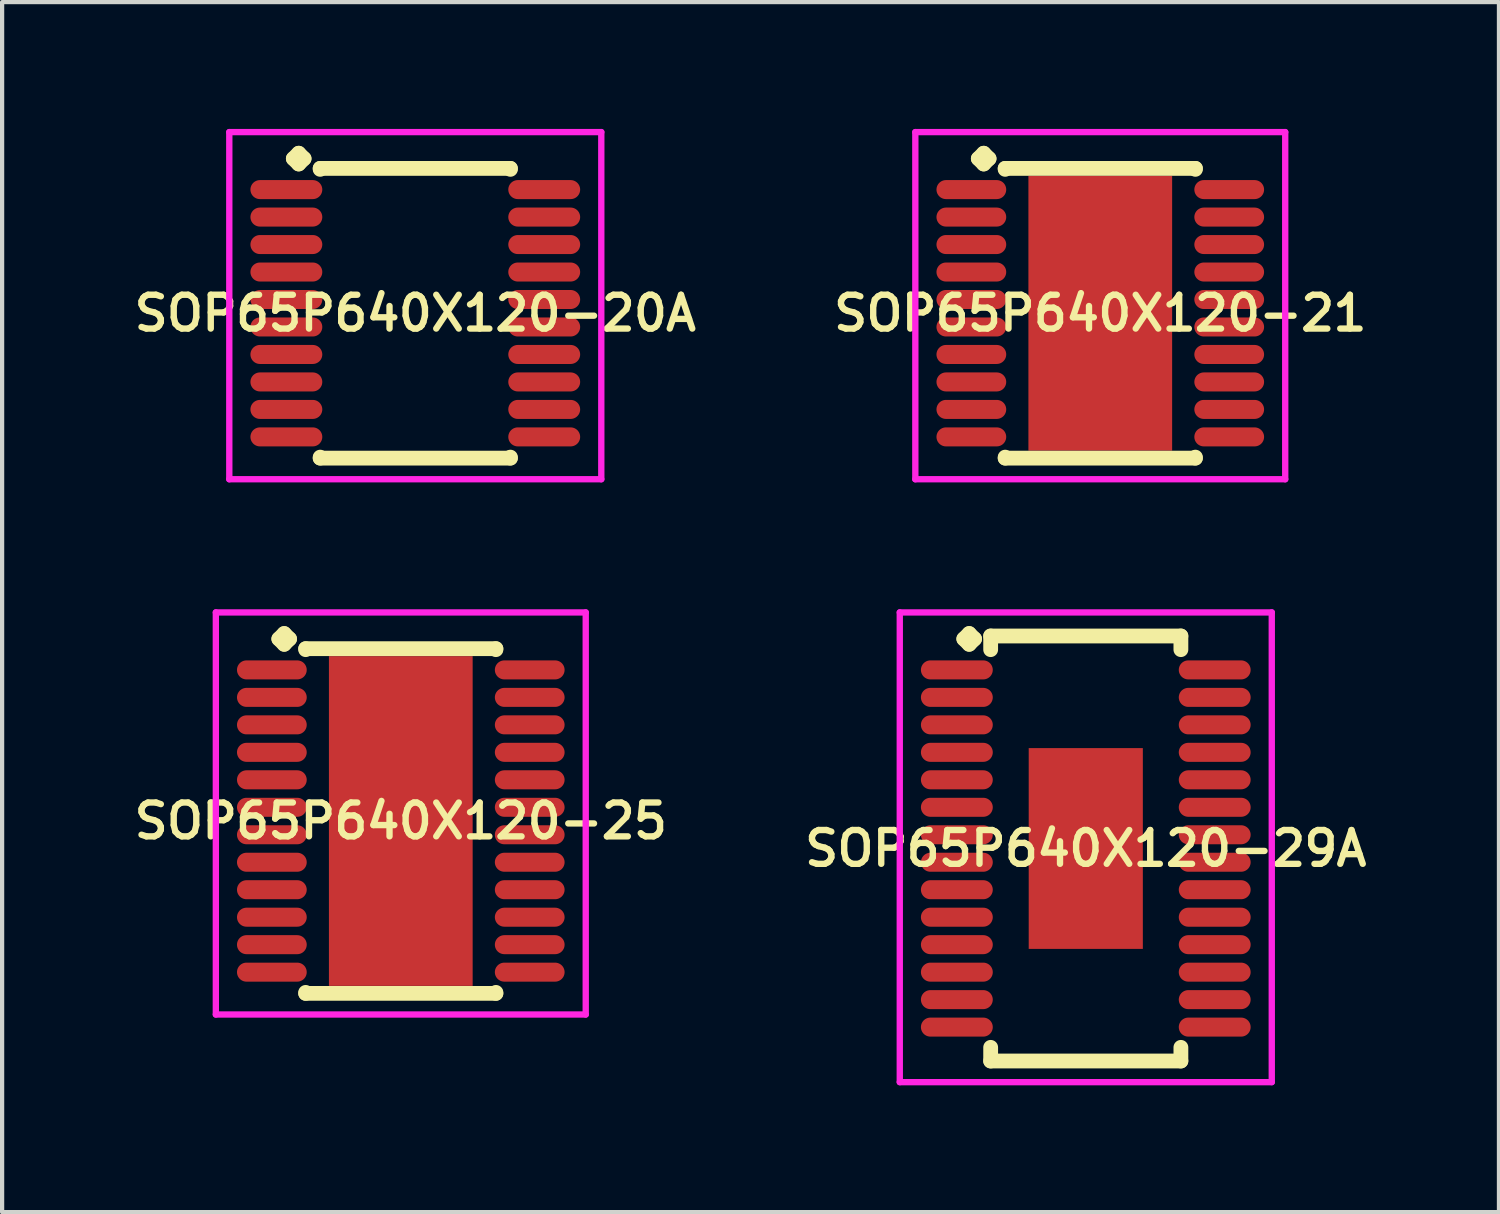
<source format=kicad_pcb>
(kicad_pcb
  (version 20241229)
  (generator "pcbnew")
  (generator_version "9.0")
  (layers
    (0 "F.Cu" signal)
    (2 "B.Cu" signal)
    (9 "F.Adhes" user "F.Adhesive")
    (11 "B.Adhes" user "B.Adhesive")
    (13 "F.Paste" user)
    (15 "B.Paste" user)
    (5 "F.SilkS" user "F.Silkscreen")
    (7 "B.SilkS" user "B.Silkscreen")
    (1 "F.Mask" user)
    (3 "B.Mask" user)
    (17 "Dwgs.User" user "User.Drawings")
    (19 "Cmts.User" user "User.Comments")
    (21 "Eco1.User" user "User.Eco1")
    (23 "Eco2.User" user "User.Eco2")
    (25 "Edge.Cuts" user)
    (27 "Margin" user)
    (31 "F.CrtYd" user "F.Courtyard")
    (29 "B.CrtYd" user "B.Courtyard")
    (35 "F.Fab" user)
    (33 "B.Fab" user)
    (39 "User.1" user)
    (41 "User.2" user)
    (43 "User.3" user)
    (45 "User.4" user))
  (footprint "SOP65P640X120-25"
    (layer "F.Cu")
    (at 6.431 16.372)
    (property "Reference" "SOP65P640X120-25" (at 0 0 0) (layer "F.SilkS") (effects (font (size 0.8 0.8) (thickness 0.15))))
    (attr smd)
    (fp_line (start -2.885 -4.308) (end -2.758 -4.435) (stroke (width 0.35) (type solid)) (layer "F.SilkS"))
    (fp_line (start -2.758 -4.435) (end -2.631 -4.308) (stroke (width 0.35) (type solid)) (layer "F.SilkS"))
    (fp_line (start -2.758 -4.181) (end -2.885 -4.308) (stroke (width 0.35) (type solid)) (layer "F.SilkS"))
    (fp_line (start -2.631 -4.308) (end -2.758 -4.181) (stroke (width 0.35) (type solid)) (layer "F.SilkS"))
    (fp_line (start -2.25 -4.077) (end 2.25 -4.077) (stroke (width 0.35) (type solid)) (layer "F.SilkS"))
    (fp_line (start -2.25 -4.054) (end -2.25 -4.077) (stroke (width 0.35) (type solid)) (layer "F.SilkS"))
    (fp_line (start -2.25 4.054) (end -2.25 4.077) (stroke (width 0.35) (type solid)) (layer "F.SilkS"))
    (fp_line (start -2.25 4.077) (end 2.25 4.077) (stroke (width 0.35) (type solid)) (layer "F.SilkS"))
    (fp_line (start 2.25 -4.077) (end 2.25 -4.054) (stroke (width 0.35) (type solid)) (layer "F.SilkS"))
    (fp_line (start 2.25 4.077) (end 2.25 4.054) (stroke (width 0.35) (type solid)) (layer "F.SilkS"))
    (fp_line (start -4.375 -4.935) (end 4.375 -4.935) (stroke (width 0.15) (type solid)) (layer "F.CrtYd"))
    (fp_line (start -4.375 4.577) (end -4.375 -4.935) (stroke (width 0.15) (type solid)) (layer "F.CrtYd"))
    (fp_line (start 4.375 -4.935) (end 4.375 4.577) (stroke (width 0.15) (type solid)) (layer "F.CrtYd"))
    (fp_line (start 4.375 4.577) (end -4.375 4.577) (stroke (width 0.15) (type solid)) (layer "F.CrtYd"))
    (pad "1" smd oval (at -3.05 -3.575) (size 1.65 0.45) (layers "F.Cu" "F.Mask" "F.Paste"))
    (pad "2" smd oval (at -3.05 -2.925) (size 1.65 0.45) (layers "F.Cu" "F.Mask" "F.Paste"))
    (pad "3" smd oval (at -3.05 -2.275) (size 1.65 0.45) (layers "F.Cu" "F.Mask" "F.Paste"))
    (pad "4" smd oval (at -3.05 -1.625) (size 1.65 0.45) (layers "F.Cu" "F.Mask" "F.Paste"))
    (pad "5" smd oval (at -3.05 -0.975) (size 1.65 0.45) (layers "F.Cu" "F.Mask" "F.Paste"))
    (pad "6" smd oval (at -3.05 -0.325) (size 1.65 0.45) (layers "F.Cu" "F.Mask" "F.Paste"))
    (pad "7" smd oval (at -3.05 0.325) (size 1.65 0.45) (layers "F.Cu" "F.Mask" "F.Paste"))
    (pad "8" smd oval (at -3.05 0.975) (size 1.65 0.45) (layers "F.Cu" "F.Mask" "F.Paste"))
    (pad "9" smd oval (at -3.05 1.625) (size 1.65 0.45) (layers "F.Cu" "F.Mask" "F.Paste"))
    (pad "10" smd oval (at -3.05 2.275) (size 1.65 0.45) (layers "F.Cu" "F.Mask" "F.Paste"))
    (pad "11" smd oval (at -3.05 2.925) (size 1.65 0.45) (layers "F.Cu" "F.Mask" "F.Paste"))
    (pad "12" smd oval (at -3.05 3.575) (size 1.65 0.45) (layers "F.Cu" "F.Mask" "F.Paste"))
    (pad "13" smd oval (at 3.05 3.575) (size 1.65 0.45) (layers "F.Cu" "F.Mask" "F.Paste"))
    (pad "14" smd oval (at 3.05 2.925) (size 1.65 0.45) (layers "F.Cu" "F.Mask" "F.Paste"))
    (pad "15" smd oval (at 3.05 2.275) (size 1.65 0.45) (layers "F.Cu" "F.Mask" "F.Paste"))
    (pad "16" smd oval (at 3.05 1.625) (size 1.65 0.45) (layers "F.Cu" "F.Mask" "F.Paste"))
    (pad "17" smd oval (at 3.05 0.975) (size 1.65 0.45) (layers "F.Cu" "F.Mask" "F.Paste"))
    (pad "18" smd oval (at 3.05 0.325) (size 1.65 0.45) (layers "F.Cu" "F.Mask" "F.Paste"))
    (pad "19" smd oval (at 3.05 -0.325) (size 1.65 0.45) (layers "F.Cu" "F.Mask" "F.Paste"))
    (pad "20" smd oval (at 3.05 -0.975) (size 1.65 0.45) (layers "F.Cu" "F.Mask" "F.Paste"))
    (pad "21" smd oval (at 3.05 -1.625) (size 1.65 0.45) (layers "F.Cu" "F.Mask" "F.Paste"))
    (pad "22" smd oval (at 3.05 -2.275) (size 1.65 0.45) (layers "F.Cu" "F.Mask" "F.Paste"))
    (pad "23" smd oval (at 3.05 -2.925) (size 1.65 0.45) (layers "F.Cu" "F.Mask" "F.Paste"))
    (pad "24" smd oval (at 3.05 -3.575) (size 1.65 0.45) (layers "F.Cu" "F.Mask" "F.Paste"))
    (pad "25" smd rect (at 0 0) (size 3.4 7.8) (layers "F.Cu" "F.Mask" "F.Paste")))
  (footprint "SOP65P640X120-20A"
    (layer "F.Cu")
    (at 6.774 4.36)
    (property "Reference" "SOP65P640X120-20A" (at 0 0 0) (layer "F.SilkS") (effects (font (size 0.8 0.8) (thickness 0.15))))
    (attr smd)
    (fp_line (start -2.885 -3.658) (end -2.758 -3.785) (stroke (width 0.35) (type solid)) (layer "F.SilkS"))
    (fp_line (start -2.758 -3.785) (end -2.631 -3.658) (stroke (width 0.35) (type solid)) (layer "F.SilkS"))
    (fp_line (start -2.758 -3.531) (end -2.885 -3.658) (stroke (width 0.35) (type solid)) (layer "F.SilkS"))
    (fp_line (start -2.631 -3.658) (end -2.758 -3.531) (stroke (width 0.35) (type solid)) (layer "F.SilkS"))
    (fp_line (start -2.25 -3.427) (end 2.25 -3.427) (stroke (width 0.35) (type solid)) (layer "F.SilkS"))
    (fp_line (start -2.25 -3.404) (end -2.25 -3.427) (stroke (width 0.35) (type solid)) (layer "F.SilkS"))
    (fp_line (start -2.25 3.404) (end -2.25 3.427) (stroke (width 0.35) (type solid)) (layer "F.SilkS"))
    (fp_line (start -2.25 3.427) (end 2.25 3.427) (stroke (width 0.35) (type solid)) (layer "F.SilkS"))
    (fp_line (start 2.25 -3.427) (end 2.25 -3.404) (stroke (width 0.35) (type solid)) (layer "F.SilkS"))
    (fp_line (start 2.25 3.427) (end 2.25 3.404) (stroke (width 0.35) (type solid)) (layer "F.SilkS"))
    (fp_line (start -4.4 -4.285) (end 4.4 -4.285) (stroke (width 0.15) (type solid)) (layer "F.CrtYd"))
    (fp_line (start -4.4 3.927) (end -4.4 -4.285) (stroke (width 0.15) (type solid)) (layer "F.CrtYd"))
    (fp_line (start 4.4 -4.285) (end 4.4 3.927) (stroke (width 0.15) (type solid)) (layer "F.CrtYd"))
    (fp_line (start 4.4 3.927) (end -4.4 3.927) (stroke (width 0.15) (type solid)) (layer "F.CrtYd"))
    (pad "1" smd oval (at -3.05 -2.925) (size 1.7 0.45) (layers "F.Cu" "F.Mask" "F.Paste"))
    (pad "2" smd oval (at -3.05 -2.275) (size 1.7 0.45) (layers "F.Cu" "F.Mask" "F.Paste"))
    (pad "3" smd oval (at -3.05 -1.625) (size 1.7 0.45) (layers "F.Cu" "F.Mask" "F.Paste"))
    (pad "4" smd oval (at -3.05 -0.975) (size 1.7 0.45) (layers "F.Cu" "F.Mask" "F.Paste"))
    (pad "5" smd oval (at -3.05 -0.325) (size 1.7 0.45) (layers "F.Cu" "F.Mask" "F.Paste"))
    (pad "6" smd oval (at -3.05 0.325) (size 1.7 0.45) (layers "F.Cu" "F.Mask" "F.Paste"))
    (pad "7" smd oval (at -3.05 0.975) (size 1.7 0.45) (layers "F.Cu" "F.Mask" "F.Paste"))
    (pad "8" smd oval (at -3.05 1.625) (size 1.7 0.45) (layers "F.Cu" "F.Mask" "F.Paste"))
    (pad "9" smd oval (at -3.05 2.275) (size 1.7 0.45) (layers "F.Cu" "F.Mask" "F.Paste"))
    (pad "10" smd oval (at -3.05 2.925) (size 1.7 0.45) (layers "F.Cu" "F.Mask" "F.Paste"))
    (pad "11" smd oval (at 3.05 2.925) (size 1.7 0.45) (layers "F.Cu" "F.Mask" "F.Paste"))
    (pad "12" smd oval (at 3.05 2.275) (size 1.7 0.45) (layers "F.Cu" "F.Mask" "F.Paste"))
    (pad "13" smd oval (at 3.05 1.625) (size 1.7 0.45) (layers "F.Cu" "F.Mask" "F.Paste"))
    (pad "14" smd oval (at 3.05 0.975) (size 1.7 0.45) (layers "F.Cu" "F.Mask" "F.Paste"))
    (pad "15" smd oval (at 3.05 0.325) (size 1.7 0.45) (layers "F.Cu" "F.Mask" "F.Paste"))
    (pad "16" smd oval (at 3.05 -0.325) (size 1.7 0.45) (layers "F.Cu" "F.Mask" "F.Paste"))
    (pad "17" smd oval (at 3.05 -0.975) (size 1.7 0.45) (layers "F.Cu" "F.Mask" "F.Paste"))
    (pad "18" smd oval (at 3.05 -1.625) (size 1.7 0.45) (layers "F.Cu" "F.Mask" "F.Paste"))
    (pad "19" smd oval (at 3.05 -2.275) (size 1.7 0.45) (layers "F.Cu" "F.Mask" "F.Paste"))
    (pad "20" smd oval (at 3.05 -2.925) (size 1.7 0.45) (layers "F.Cu" "F.Mask" "F.Paste")))
  (footprint "SOP65P640X120-29A"
    (layer "F.Cu")
    (at 22.635 17.022)
    (property "Reference" "SOP65P640X120-29A" (at 0 0 0) (layer "F.SilkS") (effects (font (size 0.8 0.8) (thickness 0.15))))
    (attr through_hole)
    (fp_line (start -2.885 -4.958) (end -2.758 -5.085) (stroke (width 0.35) (type solid)) (layer "F.SilkS"))
    (fp_line (start -2.758 -5.085) (end -2.631 -4.958) (stroke (width 0.35) (type solid)) (layer "F.SilkS"))
    (fp_line (start -2.758 -4.831) (end -2.885 -4.958) (stroke (width 0.35) (type solid)) (layer "F.SilkS"))
    (fp_line (start -2.631 -4.958) (end -2.758 -4.831) (stroke (width 0.35) (type solid)) (layer "F.SilkS"))
    (fp_line (start -2.25 -5.027) (end 2.25 -5.027) (stroke (width 0.35) (type solid)) (layer "F.SilkS"))
    (fp_line (start -2.25 -4.704) (end -2.25 -5.027) (stroke (width 0.35) (type solid)) (layer "F.SilkS"))
    (fp_line (start -2.25 4.704) (end -2.25 5.027) (stroke (width 0.35) (type solid)) (layer "F.SilkS"))
    (fp_line (start -2.25 5.027) (end 2.25 5.027) (stroke (width 0.35) (type solid)) (layer "F.SilkS"))
    (fp_line (start 2.25 -5.027) (end 2.25 -4.704) (stroke (width 0.35) (type solid)) (layer "F.SilkS"))
    (fp_line (start 2.25 5.027) (end 2.25 4.704) (stroke (width 0.35) (type solid)) (layer "F.SilkS"))
    (fp_line (start -4.4 -5.585) (end 4.4 -5.585) (stroke (width 0.15) (type solid)) (layer "F.CrtYd"))
    (fp_line (start -4.4 5.527) (end -4.4 -5.585) (stroke (width 0.15) (type solid)) (layer "F.CrtYd"))
    (fp_line (start 4.4 -5.585) (end 4.4 5.527) (stroke (width 0.15) (type solid)) (layer "F.CrtYd"))
    (fp_line (start 4.4 5.527) (end -4.4 5.527) (stroke (width 0.15) (type solid)) (layer "F.CrtYd"))
    (pad "1" smd oval (at -3.05 -4.225) (size 1.7 0.45) (layers "F.Cu" "F.Mask" "F.Paste"))
    (pad "2" smd oval (at -3.05 -3.575) (size 1.7 0.45) (layers "F.Cu" "F.Mask" "F.Paste"))
    (pad "3" smd oval (at -3.05 -2.925) (size 1.7 0.45) (layers "F.Cu" "F.Mask" "F.Paste"))
    (pad "4" smd oval (at -3.05 -2.275) (size 1.7 0.45) (layers "F.Cu" "F.Mask" "F.Paste"))
    (pad "5" smd oval (at -3.05 -1.625) (size 1.7 0.45) (layers "F.Cu" "F.Mask" "F.Paste"))
    (pad "6" smd oval (at -3.05 -0.975) (size 1.7 0.45) (layers "F.Cu" "F.Mask" "F.Paste"))
    (pad "7" smd oval (at -3.05 -0.325) (size 1.7 0.45) (layers "F.Cu" "F.Mask" "F.Paste"))
    (pad "8" smd oval (at -3.05 0.325) (size 1.7 0.45) (layers "F.Cu" "F.Mask" "F.Paste"))
    (pad "9" smd oval (at -3.05 0.975) (size 1.7 0.45) (layers "F.Cu" "F.Mask" "F.Paste"))
    (pad "10" smd oval (at -3.05 1.625) (size 1.7 0.45) (layers "F.Cu" "F.Mask" "F.Paste"))
    (pad "11" smd oval (at -3.05 2.275) (size 1.7 0.45) (layers "F.Cu" "F.Mask" "F.Paste"))
    (pad "12" smd oval (at -3.05 2.925) (size 1.7 0.45) (layers "F.Cu" "F.Mask" "F.Paste"))
    (pad "13" smd oval (at -3.05 3.575) (size 1.7 0.45) (layers "F.Cu" "F.Mask" "F.Paste"))
    (pad "14" smd oval (at -3.05 4.225) (size 1.7 0.45) (layers "F.Cu" "F.Mask" "F.Paste"))
    (pad "15" smd oval (at 3.05 4.225) (size 1.7 0.45) (layers "F.Cu" "F.Mask" "F.Paste"))
    (pad "16" smd oval (at 3.05 3.575) (size 1.7 0.45) (layers "F.Cu" "F.Mask" "F.Paste"))
    (pad "17" smd oval (at 3.05 2.925) (size 1.7 0.45) (layers "F.Cu" "F.Mask" "F.Paste"))
    (pad "18" smd oval (at 3.05 2.275) (size 1.7 0.45) (layers "F.Cu" "F.Mask" "F.Paste"))
    (pad "19" smd oval (at 3.05 1.625) (size 1.7 0.45) (layers "F.Cu" "F.Mask" "F.Paste"))
    (pad "20" smd oval (at 3.05 0.975) (size 1.7 0.45) (layers "F.Cu" "F.Mask" "F.Paste"))
    (pad "21" smd oval (at 3.05 0.325) (size 1.7 0.45) (layers "F.Cu" "F.Mask" "F.Paste"))
    (pad "22" smd oval (at 3.05 -0.325) (size 1.7 0.45) (layers "F.Cu" "F.Mask" "F.Paste"))
    (pad "23" smd oval (at 3.05 -0.975) (size 1.7 0.45) (layers "F.Cu" "F.Mask" "F.Paste"))
    (pad "24" smd oval (at 3.05 -1.625) (size 1.7 0.45) (layers "F.Cu" "F.Mask" "F.Paste"))
    (pad "25" smd oval (at 3.05 -2.275) (size 1.7 0.45) (layers "F.Cu" "F.Mask" "F.Paste"))
    (pad "26" smd oval (at 3.05 -2.925) (size 1.7 0.45) (layers "F.Cu" "F.Mask" "F.Paste"))
    (pad "27" smd oval (at 3.05 -3.575) (size 1.7 0.45) (layers "F.Cu" "F.Mask" "F.Paste"))
    (pad "28" smd oval (at 3.05 -4.225) (size 1.7 0.45) (layers "F.Cu" "F.Mask" "F.Paste"))
    (pad "29" smd rect (at 0 0) (size 2.7 4.75) (layers "F.Cu" "F.Mask" "F.Paste")))
  (footprint "SOP65P640X120-21"
    (layer "F.Cu")
    (at 22.978 4.36)
    (property "Reference" "SOP65P640X120-21" (at 0 0 0) (layer "F.SilkS") (effects (font (size 0.8 0.8) (thickness 0.15))))
    (attr smd)
    (fp_line (start -2.885 -3.658) (end -2.758 -3.785) (stroke (width 0.35) (type solid)) (layer "F.SilkS"))
    (fp_line (start -2.758 -3.785) (end -2.631 -3.658) (stroke (width 0.35) (type solid)) (layer "F.SilkS"))
    (fp_line (start -2.758 -3.531) (end -2.885 -3.658) (stroke (width 0.35) (type solid)) (layer "F.SilkS"))
    (fp_line (start -2.631 -3.658) (end -2.758 -3.531) (stroke (width 0.35) (type solid)) (layer "F.SilkS"))
    (fp_line (start -2.25 -3.427) (end 2.25 -3.427) (stroke (width 0.35) (type solid)) (layer "F.SilkS"))
    (fp_line (start -2.25 -3.404) (end -2.25 -3.427) (stroke (width 0.35) (type solid)) (layer "F.SilkS"))
    (fp_line (start -2.25 3.404) (end -2.25 3.427) (stroke (width 0.35) (type solid)) (layer "F.SilkS"))
    (fp_line (start -2.25 3.427) (end 2.25 3.427) (stroke (width 0.35) (type solid)) (layer "F.SilkS"))
    (fp_line (start 2.25 -3.427) (end 2.25 -3.404) (stroke (width 0.35) (type solid)) (layer "F.SilkS"))
    (fp_line (start 2.25 3.427) (end 2.25 3.404) (stroke (width 0.35) (type solid)) (layer "F.SilkS"))
    (fp_line (start -4.375 -4.285) (end 4.375 -4.285) (stroke (width 0.15) (type solid)) (layer "F.CrtYd"))
    (fp_line (start -4.375 3.927) (end -4.375 -4.285) (stroke (width 0.15) (type solid)) (layer "F.CrtYd"))
    (fp_line (start 4.375 -4.285) (end 4.375 3.927) (stroke (width 0.15) (type solid)) (layer "F.CrtYd"))
    (fp_line (start 4.375 3.927) (end -4.375 3.927) (stroke (width 0.15) (type solid)) (layer "F.CrtYd"))
    (pad "1" smd oval (at -3.05 -2.925) (size 1.65 0.45) (layers "F.Cu" "F.Mask" "F.Paste"))
    (pad "2" smd oval (at -3.05 -2.275) (size 1.65 0.45) (layers "F.Cu" "F.Mask" "F.Paste"))
    (pad "3" smd oval (at -3.05 -1.625) (size 1.65 0.45) (layers "F.Cu" "F.Mask" "F.Paste"))
    (pad "4" smd oval (at -3.05 -0.975) (size 1.65 0.45) (layers "F.Cu" "F.Mask" "F.Paste"))
    (pad "5" smd oval (at -3.05 -0.325) (size 1.65 0.45) (layers "F.Cu" "F.Mask" "F.Paste"))
    (pad "6" smd oval (at -3.05 0.325) (size 1.65 0.45) (layers "F.Cu" "F.Mask" "F.Paste"))
    (pad "7" smd oval (at -3.05 0.975) (size 1.65 0.45) (layers "F.Cu" "F.Mask" "F.Paste"))
    (pad "8" smd oval (at -3.05 1.625) (size 1.65 0.45) (layers "F.Cu" "F.Mask" "F.Paste"))
    (pad "9" smd oval (at -3.05 2.275) (size 1.65 0.45) (layers "F.Cu" "F.Mask" "F.Paste"))
    (pad "10" smd oval (at -3.05 2.925) (size 1.65 0.45) (layers "F.Cu" "F.Mask" "F.Paste"))
    (pad "11" smd oval (at 3.05 2.925) (size 1.65 0.45) (layers "F.Cu" "F.Mask" "F.Paste"))
    (pad "12" smd oval (at 3.05 2.275) (size 1.65 0.45) (layers "F.Cu" "F.Mask" "F.Paste"))
    (pad "13" smd oval (at 3.05 1.625) (size 1.65 0.45) (layers "F.Cu" "F.Mask" "F.Paste"))
    (pad "14" smd oval (at 3.05 0.975) (size 1.65 0.45) (layers "F.Cu" "F.Mask" "F.Paste"))
    (pad "15" smd oval (at 3.05 0.325) (size 1.65 0.45) (layers "F.Cu" "F.Mask" "F.Paste"))
    (pad "16" smd oval (at 3.05 -0.325) (size 1.65 0.45) (layers "F.Cu" "F.Mask" "F.Paste"))
    (pad "17" smd oval (at 3.05 -0.975) (size 1.65 0.45) (layers "F.Cu" "F.Mask" "F.Paste"))
    (pad "18" smd oval (at 3.05 -1.625) (size 1.65 0.45) (layers "F.Cu" "F.Mask" "F.Paste"))
    (pad "19" smd oval (at 3.05 -2.275) (size 1.65 0.45) (layers "F.Cu" "F.Mask" "F.Paste"))
    (pad "20" smd oval (at 3.05 -2.925) (size 1.65 0.45) (layers "F.Cu" "F.Mask" "F.Paste"))
    (pad "21" smd rect (at 0 0) (size 3.4 6.5) (layers "F.Cu" "F.Mask" "F.Paste")))
  (gr_rect
    (start -3 -3)
    (end 32.409 25.624)
    (stroke (width 0.1) (type default))
    (fill no)
    (layer "Edge.Cuts")))
</source>
